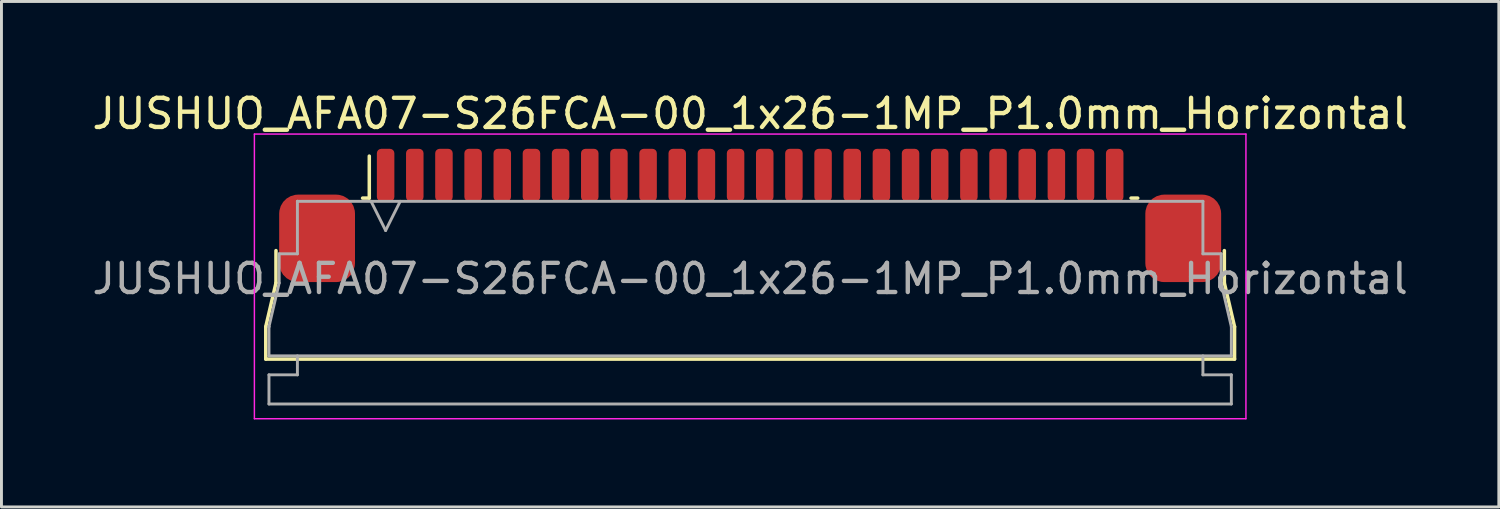
<source format=kicad_pcb>
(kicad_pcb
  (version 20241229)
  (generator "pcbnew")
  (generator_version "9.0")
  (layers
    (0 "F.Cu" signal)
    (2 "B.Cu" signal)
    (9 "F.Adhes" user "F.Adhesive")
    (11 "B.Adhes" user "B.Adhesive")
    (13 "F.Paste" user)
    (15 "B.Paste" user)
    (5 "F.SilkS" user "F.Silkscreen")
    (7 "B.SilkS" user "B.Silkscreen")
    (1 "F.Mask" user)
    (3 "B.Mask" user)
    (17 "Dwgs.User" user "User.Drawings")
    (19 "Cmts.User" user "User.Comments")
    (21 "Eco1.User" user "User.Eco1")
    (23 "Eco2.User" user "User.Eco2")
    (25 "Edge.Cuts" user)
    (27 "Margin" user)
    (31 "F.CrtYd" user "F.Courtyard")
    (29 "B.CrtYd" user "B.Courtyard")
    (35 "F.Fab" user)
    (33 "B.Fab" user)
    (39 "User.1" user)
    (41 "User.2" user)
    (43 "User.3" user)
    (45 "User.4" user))
  (footprint "JUSHUO_AFA07-S26FCA-00_1x26-1MP_P1.0mm_Horizontal"
    (layer "F.Cu")
    (at 22.673 6.328)
    (property "Reference" "JUSHUO_AFA07-S26FCA-00_1x26-1MP_P1.0mm_Horizontal" (at 0 -5.48 0) (layer "F.SilkS") (effects (font (size 1 1) (thickness 0.15))))
    (attr smd)
    (fp_line (start -16.61 1.825) (end -16.26 0.325) (stroke (width 0.12) (type solid)) (layer "F.SilkS"))
    (fp_line (start -16.61 2.935) (end -16.61 1.825) (stroke (width 0.12) (type solid)) (layer "F.SilkS"))
    (fp_line (start -16.26 0.325) (end -16.26 -0.785) (stroke (width 0.12) (type solid)) (layer "F.SilkS"))
    (fp_line (start -13.29 -2.585) (end -13.06 -2.585) (stroke (width 0.12) (type solid)) (layer "F.SilkS"))
    (fp_line (start -13.06 -2.585) (end -13.06 -4.025) (stroke (width 0.12) (type solid)) (layer "F.SilkS"))
    (fp_line (start 13.06 -2.585) (end 13.29 -2.585) (stroke (width 0.12) (type solid)) (layer "F.SilkS"))
    (fp_line (start 16.26 -0.785) (end 16.26 0.325) (stroke (width 0.12) (type solid)) (layer "F.SilkS"))
    (fp_line (start 16.26 0.325) (end 16.61 1.825) (stroke (width 0.12) (type solid)) (layer "F.SilkS"))
    (fp_line (start 16.61 1.825) (end 16.61 2.935) (stroke (width 0.12) (type solid)) (layer "F.SilkS"))
    (fp_line (start 16.61 2.935) (end -16.61 2.935) (stroke (width 0.12) (type solid)) (layer "F.SilkS"))
    (fp_line (start -17 -4.78) (end -17 4.98) (stroke (width 0.05) (type solid)) (layer "F.CrtYd"))
    (fp_line (start -17 4.98) (end 17 4.98) (stroke (width 0.05) (type solid)) (layer "F.CrtYd"))
    (fp_line (start 17 -4.78) (end -17 -4.78) (stroke (width 0.05) (type solid)) (layer "F.CrtYd"))
    (fp_line (start 17 4.98) (end 17 -4.78) (stroke (width 0.05) (type solid)) (layer "F.CrtYd"))
    (fp_line (start -16.5 1.825) (end -16.5 1.825) (stroke (width 0.1) (type solid)) (layer "F.Fab"))
    (fp_line (start -16.5 1.825) (end -16.15 0.325) (stroke (width 0.1) (type solid)) (layer "F.Fab"))
    (fp_line (start -16.5 2.825) (end -16.5 1.825) (stroke (width 0.1) (type solid)) (layer "F.Fab"))
    (fp_line (start -16.5 3.475) (end -15.525 3.475) (stroke (width 0.1) (type solid)) (layer "F.Fab"))
    (fp_line (start -16.5 4.475) (end -16.5 3.475) (stroke (width 0.1) (type solid)) (layer "F.Fab"))
    (fp_line (start -16.15 -0.675) (end -15.525 -0.675) (stroke (width 0.1) (type solid)) (layer "F.Fab"))
    (fp_line (start -16.15 0.325) (end -16.15 -0.675) (stroke (width 0.1) (type solid)) (layer "F.Fab"))
    (fp_line (start -15.525 -2.475) (end -15.525 -2.475) (stroke (width 0.1) (type solid)) (layer "F.Fab"))
    (fp_line (start -15.525 -2.475) (end 15.525 -2.475) (stroke (width 0.1) (type solid)) (layer "F.Fab"))
    (fp_line (start -15.525 -0.675) (end -15.525 -2.475) (stroke (width 0.1) (type solid)) (layer "F.Fab"))
    (fp_line (start -15.525 3.475) (end -15.525 2.825) (stroke (width 0.1) (type solid)) (layer "F.Fab"))
    (fp_line (start -13 -2.475) (end -12.5 -1.475) (stroke (width 0.1) (type solid)) (layer "F.Fab"))
    (fp_line (start -12.5 -1.475) (end -12 -2.475) (stroke (width 0.1) (type solid)) (layer "F.Fab"))
    (fp_line (start 15.525 -2.475) (end 15.525 -0.675) (stroke (width 0.1) (type solid)) (layer "F.Fab"))
    (fp_line (start 15.525 -0.675) (end 16.15 -0.675) (stroke (width 0.1) (type solid)) (layer "F.Fab"))
    (fp_line (start 15.525 2.825) (end 15.525 3.475) (stroke (width 0.1) (type solid)) (layer "F.Fab"))
    (fp_line (start 15.525 3.475) (end 16.5 3.475) (stroke (width 0.1) (type solid)) (layer "F.Fab"))
    (fp_line (start 16.15 -0.675) (end 16.15 0.325) (stroke (width 0.1) (type solid)) (layer "F.Fab"))
    (fp_line (start 16.15 0.325) (end 16.5 1.825) (stroke (width 0.1) (type solid)) (layer "F.Fab"))
    (fp_line (start 16.5 1.825) (end 16.5 2.825) (stroke (width 0.1) (type solid)) (layer "F.Fab"))
    (fp_line (start 16.5 2.825) (end -16.5 2.825) (stroke (width 0.1) (type solid)) (layer "F.Fab"))
    (fp_line (start 16.5 3.475) (end 16.5 4.475) (stroke (width 0.1) (type solid)) (layer "F.Fab"))
    (fp_line (start 16.5 4.475) (end -16.5 4.475) (stroke (width 0.1) (type solid)) (layer "F.Fab"))
    (fp_text user "${REFERENCE}" (at 0 0.18 0) (layer "F.Fab") (effects (font (size 1 1) (thickness 0.15))))
    (pad "1" smd roundrect (at -12.5 -3.375) (size 0.6 1.8) (layers "F.Cu" "F.Mask" "F.Paste") (roundrect_rratio 0.25))
    (pad "2" smd roundrect (at -11.5 -3.375) (size 0.6 1.8) (layers "F.Cu" "F.Mask" "F.Paste") (roundrect_rratio 0.25))
    (pad "3" smd roundrect (at -10.5 -3.375) (size 0.6 1.8) (layers "F.Cu" "F.Mask" "F.Paste") (roundrect_rratio 0.25))
    (pad "4" smd roundrect (at -9.5 -3.375) (size 0.6 1.8) (layers "F.Cu" "F.Mask" "F.Paste") (roundrect_rratio 0.25))
    (pad "5" smd roundrect (at -8.5 -3.375) (size 0.6 1.8) (layers "F.Cu" "F.Mask" "F.Paste") (roundrect_rratio 0.25))
    (pad "6" smd roundrect (at -7.5 -3.375) (size 0.6 1.8) (layers "F.Cu" "F.Mask" "F.Paste") (roundrect_rratio 0.25))
    (pad "7" smd roundrect (at -6.5 -3.375) (size 0.6 1.8) (layers "F.Cu" "F.Mask" "F.Paste") (roundrect_rratio 0.25))
    (pad "8" smd roundrect (at -5.5 -3.375) (size 0.6 1.8) (layers "F.Cu" "F.Mask" "F.Paste") (roundrect_rratio 0.25))
    (pad "9" smd roundrect (at -4.5 -3.375) (size 0.6 1.8) (layers "F.Cu" "F.Mask" "F.Paste") (roundrect_rratio 0.25))
    (pad "10" smd roundrect (at -3.5 -3.375) (size 0.6 1.8) (layers "F.Cu" "F.Mask" "F.Paste") (roundrect_rratio 0.25))
    (pad "11" smd roundrect (at -2.5 -3.375) (size 0.6 1.8) (layers "F.Cu" "F.Mask" "F.Paste") (roundrect_rratio 0.25))
    (pad "12" smd roundrect (at -1.5 -3.375) (size 0.6 1.8) (layers "F.Cu" "F.Mask" "F.Paste") (roundrect_rratio 0.25))
    (pad "13" smd roundrect (at -0.5 -3.375) (size 0.6 1.8) (layers "F.Cu" "F.Mask" "F.Paste") (roundrect_rratio 0.25))
    (pad "14" smd roundrect (at 0.5 -3.375) (size 0.6 1.8) (layers "F.Cu" "F.Mask" "F.Paste") (roundrect_rratio 0.25))
    (pad "15" smd roundrect (at 1.5 -3.375) (size 0.6 1.8) (layers "F.Cu" "F.Mask" "F.Paste") (roundrect_rratio 0.25))
    (pad "16" smd roundrect (at 2.5 -3.375) (size 0.6 1.8) (layers "F.Cu" "F.Mask" "F.Paste") (roundrect_rratio 0.25))
    (pad "17" smd roundrect (at 3.5 -3.375) (size 0.6 1.8) (layers "F.Cu" "F.Mask" "F.Paste") (roundrect_rratio 0.25))
    (pad "18" smd roundrect (at 4.5 -3.375) (size 0.6 1.8) (layers "F.Cu" "F.Mask" "F.Paste") (roundrect_rratio 0.25))
    (pad "19" smd roundrect (at 5.5 -3.375) (size 0.6 1.8) (layers "F.Cu" "F.Mask" "F.Paste") (roundrect_rratio 0.25))
    (pad "20" smd roundrect (at 6.5 -3.375) (size 0.6 1.8) (layers "F.Cu" "F.Mask" "F.Paste") (roundrect_rratio 0.25))
    (pad "21" smd roundrect (at 7.5 -3.375) (size 0.6 1.8) (layers "F.Cu" "F.Mask" "F.Paste") (roundrect_rratio 0.25))
    (pad "22" smd roundrect (at 8.5 -3.375) (size 0.6 1.8) (layers "F.Cu" "F.Mask" "F.Paste") (roundrect_rratio 0.25))
    (pad "23" smd roundrect (at 9.5 -3.375) (size 0.6 1.8) (layers "F.Cu" "F.Mask" "F.Paste") (roundrect_rratio 0.25))
    (pad "24" smd roundrect (at 10.5 -3.375) (size 0.6 1.8) (layers "F.Cu" "F.Mask" "F.Paste") (roundrect_rratio 0.25))
    (pad "25" smd roundrect (at 11.5 -3.375) (size 0.6 1.8) (layers "F.Cu" "F.Mask" "F.Paste") (roundrect_rratio 0.25))
    (pad "26" smd roundrect (at 12.5 -3.375) (size 0.6 1.8) (layers "F.Cu" "F.Mask" "F.Paste") (roundrect_rratio 0.25))
    (pad "MP" smd roundrect (at -14.85 -1.205) (size 2.6 3) (layers "F.Cu" "F.Mask" "F.Paste") (roundrect_rratio 0.25))
    (pad "MP" smd roundrect (at 14.85 -1.205) (size 2.6 3) (layers "F.Cu" "F.Mask" "F.Paste") (roundrect_rratio 0.25)))
  (gr_rect
    (start -3 -3)
    (end 48.345 14.333)
    (stroke (width 0.1) (type default))
    (fill no)
    (layer "Edge.Cuts")))
</source>
